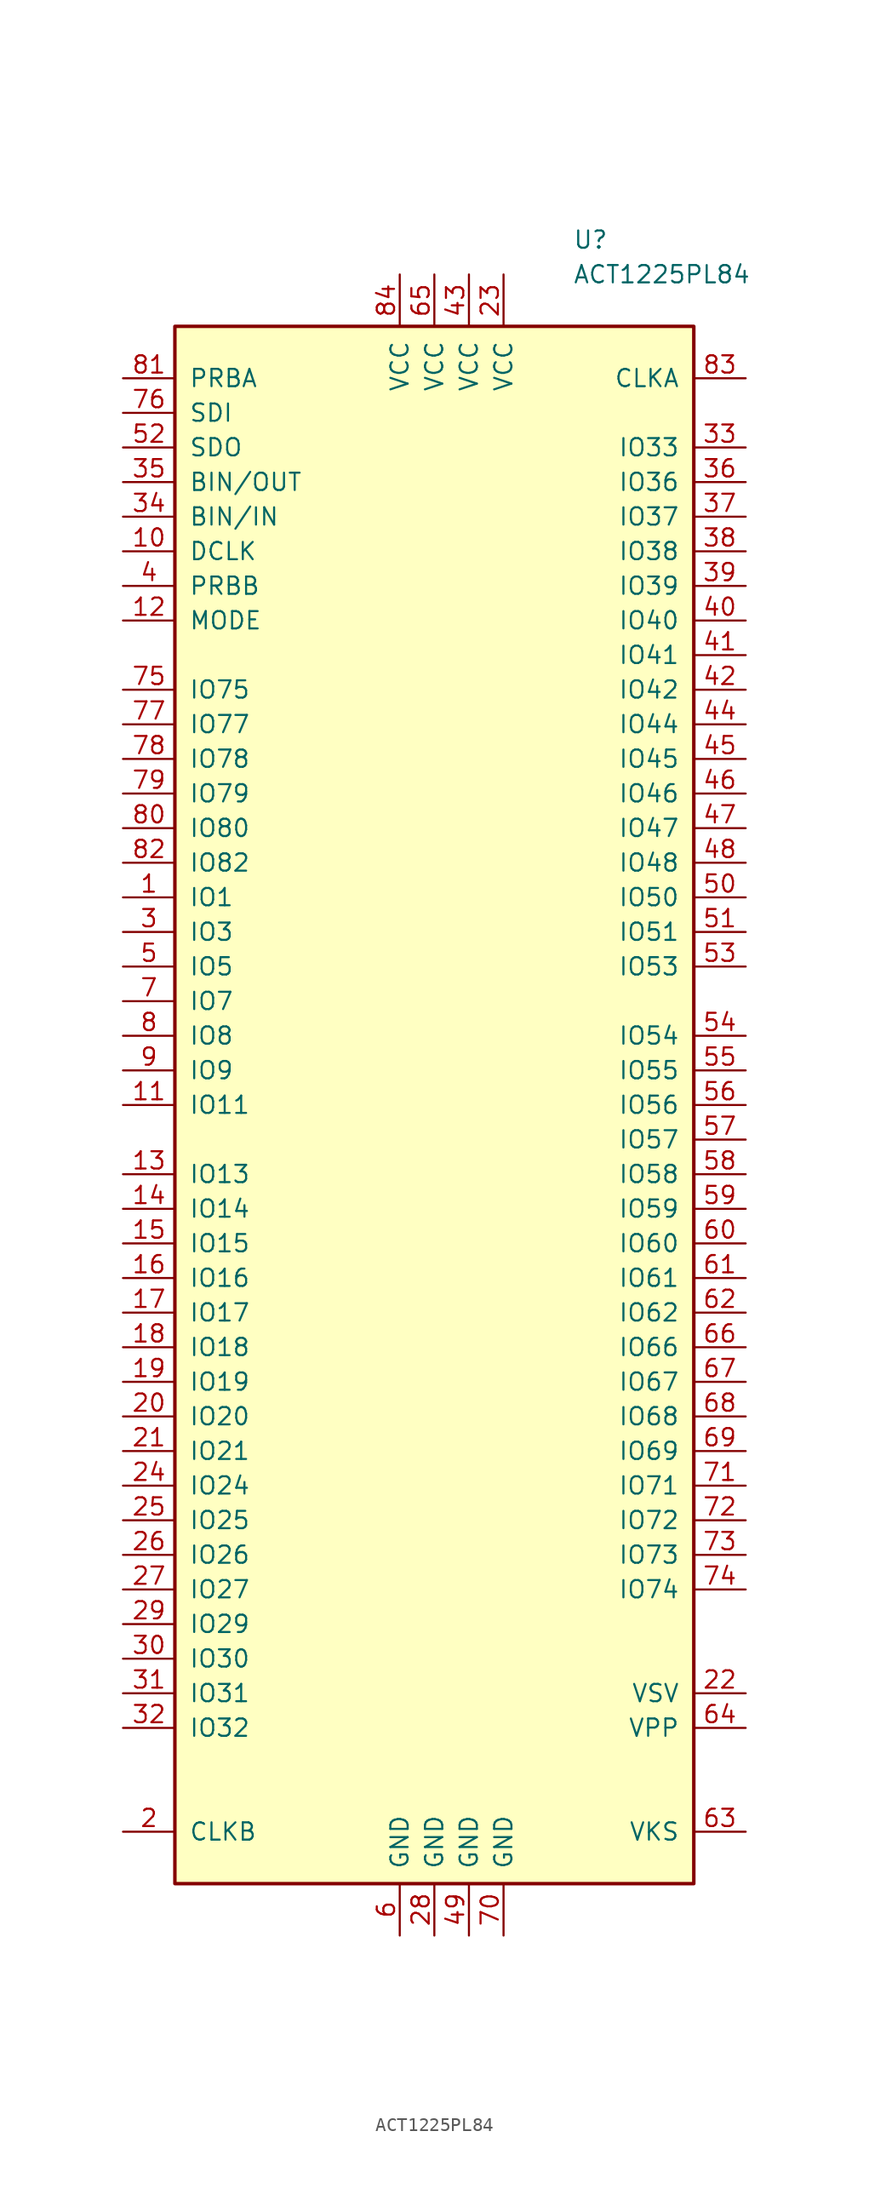
<source format=kicad_sym>
(kicad_symbol_lib
  (version 20241209)
  (generator "kicad_symbol_editor")
  (generator_version "9.0")
  (symbol "ACT1225PL84"
    (pin_names
      (offset 1.016))
    (property "Reference" "U"
      (at 10.16 63.5 0)
      (effects (font (size 1.27 1.27)) (justify left)))
    (property "Value" "ACT1225PL84"
      (at 10.16 60.96 0)
      (effects (font (size 1.27 1.27)) (justify left)))
    (symbol "ACT1225PL84_0_1"
      (rectangle (start -19.05 -57.15) (end 19.05 57.15) (stroke (width 0.254) (type default)) (fill (type background))))
    (symbol "ACT1225PL84_1_1"
      (pin input line (at -22.86 53.34 0) (length 3.81) (name "PRBA" (effects (font (size 1.27 1.27)))) (number "81" (effects (font (size 1.27 1.27)))))
      (pin input line (at -22.86 50.8 0) (length 3.81) (name "SDI" (effects (font (size 1.27 1.27)))) (number "76" (effects (font (size 1.27 1.27)))))
      (pin input line (at -22.86 48.26 0) (length 3.81) (name "SDO" (effects (font (size 1.27 1.27)))) (number "52" (effects (font (size 1.27 1.27)))))
      (pin input line (at -22.86 45.72 0) (length 3.81) (name "BIN/OUT" (effects (font (size 1.27 1.27)))) (number "35" (effects (font (size 1.27 1.27)))))
      (pin input line (at -22.86 43.18 0) (length 3.81) (name "BIN/IN" (effects (font (size 1.27 1.27)))) (number "34" (effects (font (size 1.27 1.27)))))
      (pin input line (at -22.86 40.64 0) (length 3.81) (name "DCLK" (effects (font (size 1.27 1.27)))) (number "10" (effects (font (size 1.27 1.27)))))
      (pin input line (at -22.86 38.1 0) (length 3.81) (name "PRBB" (effects (font (size 1.27 1.27)))) (number "4" (effects (font (size 1.27 1.27)))))
      (pin input line (at -22.86 35.56 0) (length 3.81) (name "MODE" (effects (font (size 1.27 1.27)))) (number "12" (effects (font (size 1.27 1.27)))))
      (pin input line (at -22.86 30.48 0) (length 3.81) (name "IO75" (effects (font (size 1.27 1.27)))) (number "75" (effects (font (size 1.27 1.27)))))
      (pin input line (at -22.86 27.94 0) (length 3.81) (name "IO77" (effects (font (size 1.27 1.27)))) (number "77" (effects (font (size 1.27 1.27)))))
      (pin input line (at -22.86 25.4 0) (length 3.81) (name "IO78" (effects (font (size 1.27 1.27)))) (number "78" (effects (font (size 1.27 1.27)))))
      (pin input line (at -22.86 22.86 0) (length 3.81) (name "IO79" (effects (font (size 1.27 1.27)))) (number "79" (effects (font (size 1.27 1.27)))))
      (pin input line (at -22.86 20.32 0) (length 3.81) (name "IO80" (effects (font (size 1.27 1.27)))) (number "80" (effects (font (size 1.27 1.27)))))
      (pin input line (at -22.86 17.78 0) (length 3.81) (name "IO82" (effects (font (size 1.27 1.27)))) (number "82" (effects (font (size 1.27 1.27)))))
      (pin input line (at -22.86 15.24 0) (length 3.81) (name "IO1" (effects (font (size 1.27 1.27)))) (number "1" (effects (font (size 1.27 1.27)))))
      (pin input line (at -22.86 12.7 0) (length 3.81) (name "IO3" (effects (font (size 1.27 1.27)))) (number "3" (effects (font (size 1.27 1.27)))))
      (pin input line (at -22.86 10.16 0) (length 3.81) (name "IO5" (effects (font (size 1.27 1.27)))) (number "5" (effects (font (size 1.27 1.27)))))
      (pin input line (at -22.86 7.62 0) (length 3.81) (name "IO7" (effects (font (size 1.27 1.27)))) (number "7" (effects (font (size 1.27 1.27)))))
      (pin input line (at -22.86 5.08 0) (length 3.81) (name "IO8" (effects (font (size 1.27 1.27)))) (number "8" (effects (font (size 1.27 1.27)))))
      (pin input line (at -22.86 2.54 0) (length 3.81) (name "IO9" (effects (font (size 1.27 1.27)))) (number "9" (effects (font (size 1.27 1.27)))))
      (pin input line (at -22.86 0 0) (length 3.81) (name "IO11" (effects (font (size 1.27 1.27)))) (number "11" (effects (font (size 1.27 1.27)))))
      (pin input line (at -22.86 -5.08 0) (length 3.81) (name "IO13" (effects (font (size 1.27 1.27)))) (number "13" (effects (font (size 1.27 1.27)))))
      (pin input line (at -22.86 -7.62 0) (length 3.81) (name "IO14" (effects (font (size 1.27 1.27)))) (number "14" (effects (font (size 1.27 1.27)))))
      (pin input line (at -22.86 -10.16 0) (length 3.81) (name "IO15" (effects (font (size 1.27 1.27)))) (number "15" (effects (font (size 1.27 1.27)))))
      (pin input line (at -22.86 -12.7 0) (length 3.81) (name "IO16" (effects (font (size 1.27 1.27)))) (number "16" (effects (font (size 1.27 1.27)))))
      (pin input line (at -22.86 -15.24 0) (length 3.81) (name "IO17" (effects (font (size 1.27 1.27)))) (number "17" (effects (font (size 1.27 1.27)))))
      (pin input line (at -22.86 -17.78 0) (length 3.81) (name "IO18" (effects (font (size 1.27 1.27)))) (number "18" (effects (font (size 1.27 1.27)))))
      (pin input line (at -22.86 -20.32 0) (length 3.81) (name "IO19" (effects (font (size 1.27 1.27)))) (number "19" (effects (font (size 1.27 1.27)))))
      (pin input line (at -22.86 -22.86 0) (length 3.81) (name "IO20" (effects (font (size 1.27 1.27)))) (number "20" (effects (font (size 1.27 1.27)))))
      (pin input line (at -22.86 -25.4 0) (length 3.81) (name "IO21" (effects (font (size 1.27 1.27)))) (number "21" (effects (font (size 1.27 1.27)))))
      (pin input line (at -22.86 -27.94 0) (length 3.81) (name "IO24" (effects (font (size 1.27 1.27)))) (number "24" (effects (font (size 1.27 1.27)))))
      (pin input line (at -22.86 -30.48 0) (length 3.81) (name "IO25" (effects (font (size 1.27 1.27)))) (number "25" (effects (font (size 1.27 1.27)))))
      (pin input line (at -22.86 -33.02 0) (length 3.81) (name "IO26" (effects (font (size 1.27 1.27)))) (number "26" (effects (font (size 1.27 1.27)))))
      (pin input line (at -22.86 -35.56 0) (length 3.81) (name "IO27" (effects (font (size 1.27 1.27)))) (number "27" (effects (font (size 1.27 1.27)))))
      (pin input line (at -22.86 -38.1 0) (length 3.81) (name "IO29" (effects (font (size 1.27 1.27)))) (number "29" (effects (font (size 1.27 1.27)))))
      (pin input line (at -22.86 -40.64 0) (length 3.81) (name "IO30" (effects (font (size 1.27 1.27)))) (number "30" (effects (font (size 1.27 1.27)))))
      (pin input line (at -22.86 -43.18 0) (length 3.81) (name "IO31" (effects (font (size 1.27 1.27)))) (number "31" (effects (font (size 1.27 1.27)))))
      (pin input line (at -22.86 -45.72 0) (length 3.81) (name "IO32" (effects (font (size 1.27 1.27)))) (number "32" (effects (font (size 1.27 1.27)))))
      (pin input line (at -22.86 -53.34 0) (length 3.81) (name "CLKB" (effects (font (size 1.27 1.27)))) (number "2" (effects (font (size 1.27 1.27)))))
      (pin power_in line (at -2.54 60.96 270) (length 3.81) (name "VCC" (effects (font (size 1.27 1.27)))) (number "84" (effects (font (size 1.27 1.27)))))
      (pin power_in line (at -2.54 -60.96 90) (length 3.81) (name "GND" (effects (font (size 1.27 1.27)))) (number "6" (effects (font (size 1.27 1.27)))))
      (pin power_in line (at 0 60.96 270) (length 3.81) (name "VCC" (effects (font (size 1.27 1.27)))) (number "65" (effects (font (size 1.27 1.27)))))
      (pin power_in line (at 0 -60.96 90) (length 3.81) (name "GND" (effects (font (size 1.27 1.27)))) (number "28" (effects (font (size 1.27 1.27)))))
      (pin power_in line (at 2.54 60.96 270) (length 3.81) (name "VCC" (effects (font (size 1.27 1.27)))) (number "43" (effects (font (size 1.27 1.27)))))
      (pin power_in line (at 2.54 -60.96 90) (length 3.81) (name "GND" (effects (font (size 1.27 1.27)))) (number "49" (effects (font (size 1.27 1.27)))))
      (pin power_in line (at 5.08 60.96 270) (length 3.81) (name "VCC" (effects (font (size 1.27 1.27)))) (number "23" (effects (font (size 1.27 1.27)))))
      (pin power_in line (at 5.08 -60.96 90) (length 3.81) (name "GND" (effects (font (size 1.27 1.27)))) (number "70" (effects (font (size 1.27 1.27)))))
      (pin input line (at 22.86 53.34 180) (length 3.81) (name "CLKA" (effects (font (size 1.27 1.27)))) (number "83" (effects (font (size 1.27 1.27)))))
      (pin input line (at 22.86 48.26 180) (length 3.81) (name "IO33" (effects (font (size 1.27 1.27)))) (number "33" (effects (font (size 1.27 1.27)))))
      (pin input line (at 22.86 45.72 180) (length 3.81) (name "IO36" (effects (font (size 1.27 1.27)))) (number "36" (effects (font (size 1.27 1.27)))))
      (pin input line (at 22.86 43.18 180) (length 3.81) (name "IO37" (effects (font (size 1.27 1.27)))) (number "37" (effects (font (size 1.27 1.27)))))
      (pin input line (at 22.86 40.64 180) (length 3.81) (name "IO38" (effects (font (size 1.27 1.27)))) (number "38" (effects (font (size 1.27 1.27)))))
      (pin input line (at 22.86 38.1 180) (length 3.81) (name "IO39" (effects (font (size 1.27 1.27)))) (number "39" (effects (font (size 1.27 1.27)))))
      (pin input line (at 22.86 35.56 180) (length 3.81) (name "IO40" (effects (font (size 1.27 1.27)))) (number "40" (effects (font (size 1.27 1.27)))))
      (pin input line (at 22.86 33.02 180) (length 3.81) (name "IO41" (effects (font (size 1.27 1.27)))) (number "41" (effects (font (size 1.27 1.27)))))
      (pin input line (at 22.86 30.48 180) (length 3.81) (name "IO42" (effects (font (size 1.27 1.27)))) (number "42" (effects (font (size 1.27 1.27)))))
      (pin input line (at 22.86 27.94 180) (length 3.81) (name "IO44" (effects (font (size 1.27 1.27)))) (number "44" (effects (font (size 1.27 1.27)))))
      (pin input line (at 22.86 25.4 180) (length 3.81) (name "IO45" (effects (font (size 1.27 1.27)))) (number "45" (effects (font (size 1.27 1.27)))))
      (pin input line (at 22.86 22.86 180) (length 3.81) (name "IO46" (effects (font (size 1.27 1.27)))) (number "46" (effects (font (size 1.27 1.27)))))
      (pin input line (at 22.86 20.32 180) (length 3.81) (name "IO47" (effects (font (size 1.27 1.27)))) (number "47" (effects (font (size 1.27 1.27)))))
      (pin input line (at 22.86 17.78 180) (length 3.81) (name "IO48" (effects (font (size 1.27 1.27)))) (number "48" (effects (font (size 1.27 1.27)))))
      (pin input line (at 22.86 15.24 180) (length 3.81) (name "IO50" (effects (font (size 1.27 1.27)))) (number "50" (effects (font (size 1.27 1.27)))))
      (pin input line (at 22.86 12.7 180) (length 3.81) (name "IO51" (effects (font (size 1.27 1.27)))) (number "51" (effects (font (size 1.27 1.27)))))
      (pin input line (at 22.86 10.16 180) (length 3.81) (name "IO53" (effects (font (size 1.27 1.27)))) (number "53" (effects (font (size 1.27 1.27)))))
      (pin input line (at 22.86 5.08 180) (length 3.81) (name "IO54" (effects (font (size 1.27 1.27)))) (number "54" (effects (font (size 1.27 1.27)))))
      (pin input line (at 22.86 2.54 180) (length 3.81) (name "IO55" (effects (font (size 1.27 1.27)))) (number "55" (effects (font (size 1.27 1.27)))))
      (pin input line (at 22.86 0 180) (length 3.81) (name "IO56" (effects (font (size 1.27 1.27)))) (number "56" (effects (font (size 1.27 1.27)))))
      (pin input line (at 22.86 -2.54 180) (length 3.81) (name "IO57" (effects (font (size 1.27 1.27)))) (number "57" (effects (font (size 1.27 1.27)))))
      (pin input line (at 22.86 -5.08 180) (length 3.81) (name "IO58" (effects (font (size 1.27 1.27)))) (number "58" (effects (font (size 1.27 1.27)))))
      (pin input line (at 22.86 -7.62 180) (length 3.81) (name "IO59" (effects (font (size 1.27 1.27)))) (number "59" (effects (font (size 1.27 1.27)))))
      (pin input line (at 22.86 -10.16 180) (length 3.81) (name "IO60" (effects (font (size 1.27 1.27)))) (number "60" (effects (font (size 1.27 1.27)))))
      (pin input line (at 22.86 -12.7 180) (length 3.81) (name "IO61" (effects (font (size 1.27 1.27)))) (number "61" (effects (font (size 1.27 1.27)))))
      (pin input line (at 22.86 -15.24 180) (length 3.81) (name "IO62" (effects (font (size 1.27 1.27)))) (number "62" (effects (font (size 1.27 1.27)))))
      (pin input line (at 22.86 -17.78 180) (length 3.81) (name "IO66" (effects (font (size 1.27 1.27)))) (number "66" (effects (font (size 1.27 1.27)))))
      (pin input line (at 22.86 -20.32 180) (length 3.81) (name "IO67" (effects (font (size 1.27 1.27)))) (number "67" (effects (font (size 1.27 1.27)))))
      (pin input line (at 22.86 -22.86 180) (length 3.81) (name "IO68" (effects (font (size 1.27 1.27)))) (number "68" (effects (font (size 1.27 1.27)))))
      (pin input line (at 22.86 -25.4 180) (length 3.81) (name "IO69" (effects (font (size 1.27 1.27)))) (number "69" (effects (font (size 1.27 1.27)))))
      (pin input line (at 22.86 -27.94 180) (length 3.81) (name "IO71" (effects (font (size 1.27 1.27)))) (number "71" (effects (font (size 1.27 1.27)))))
      (pin input line (at 22.86 -30.48 180) (length 3.81) (name "IO72" (effects (font (size 1.27 1.27)))) (number "72" (effects (font (size 1.27 1.27)))))
      (pin input line (at 22.86 -33.02 180) (length 3.81) (name "IO73" (effects (font (size 1.27 1.27)))) (number "73" (effects (font (size 1.27 1.27)))))
      (pin input line (at 22.86 -35.56 180) (length 3.81) (name "IO74" (effects (font (size 1.27 1.27)))) (number "74" (effects (font (size 1.27 1.27)))))
      (pin passive line (at 22.86 -43.18 180) (length 3.81) (name "VSV" (effects (font (size 1.27 1.27)))) (number "22" (effects (font (size 1.27 1.27)))))
      (pin passive line (at 22.86 -45.72 180) (length 3.81) (name "VPP" (effects (font (size 1.27 1.27)))) (number "64" (effects (font (size 1.27 1.27)))))
      (pin passive line (at 22.86 -53.34 180) (length 3.81) (name "VKS" (effects (font (size 1.27 1.27)))) (number "63" (effects (font (size 1.27 1.27))))))))
</source>
